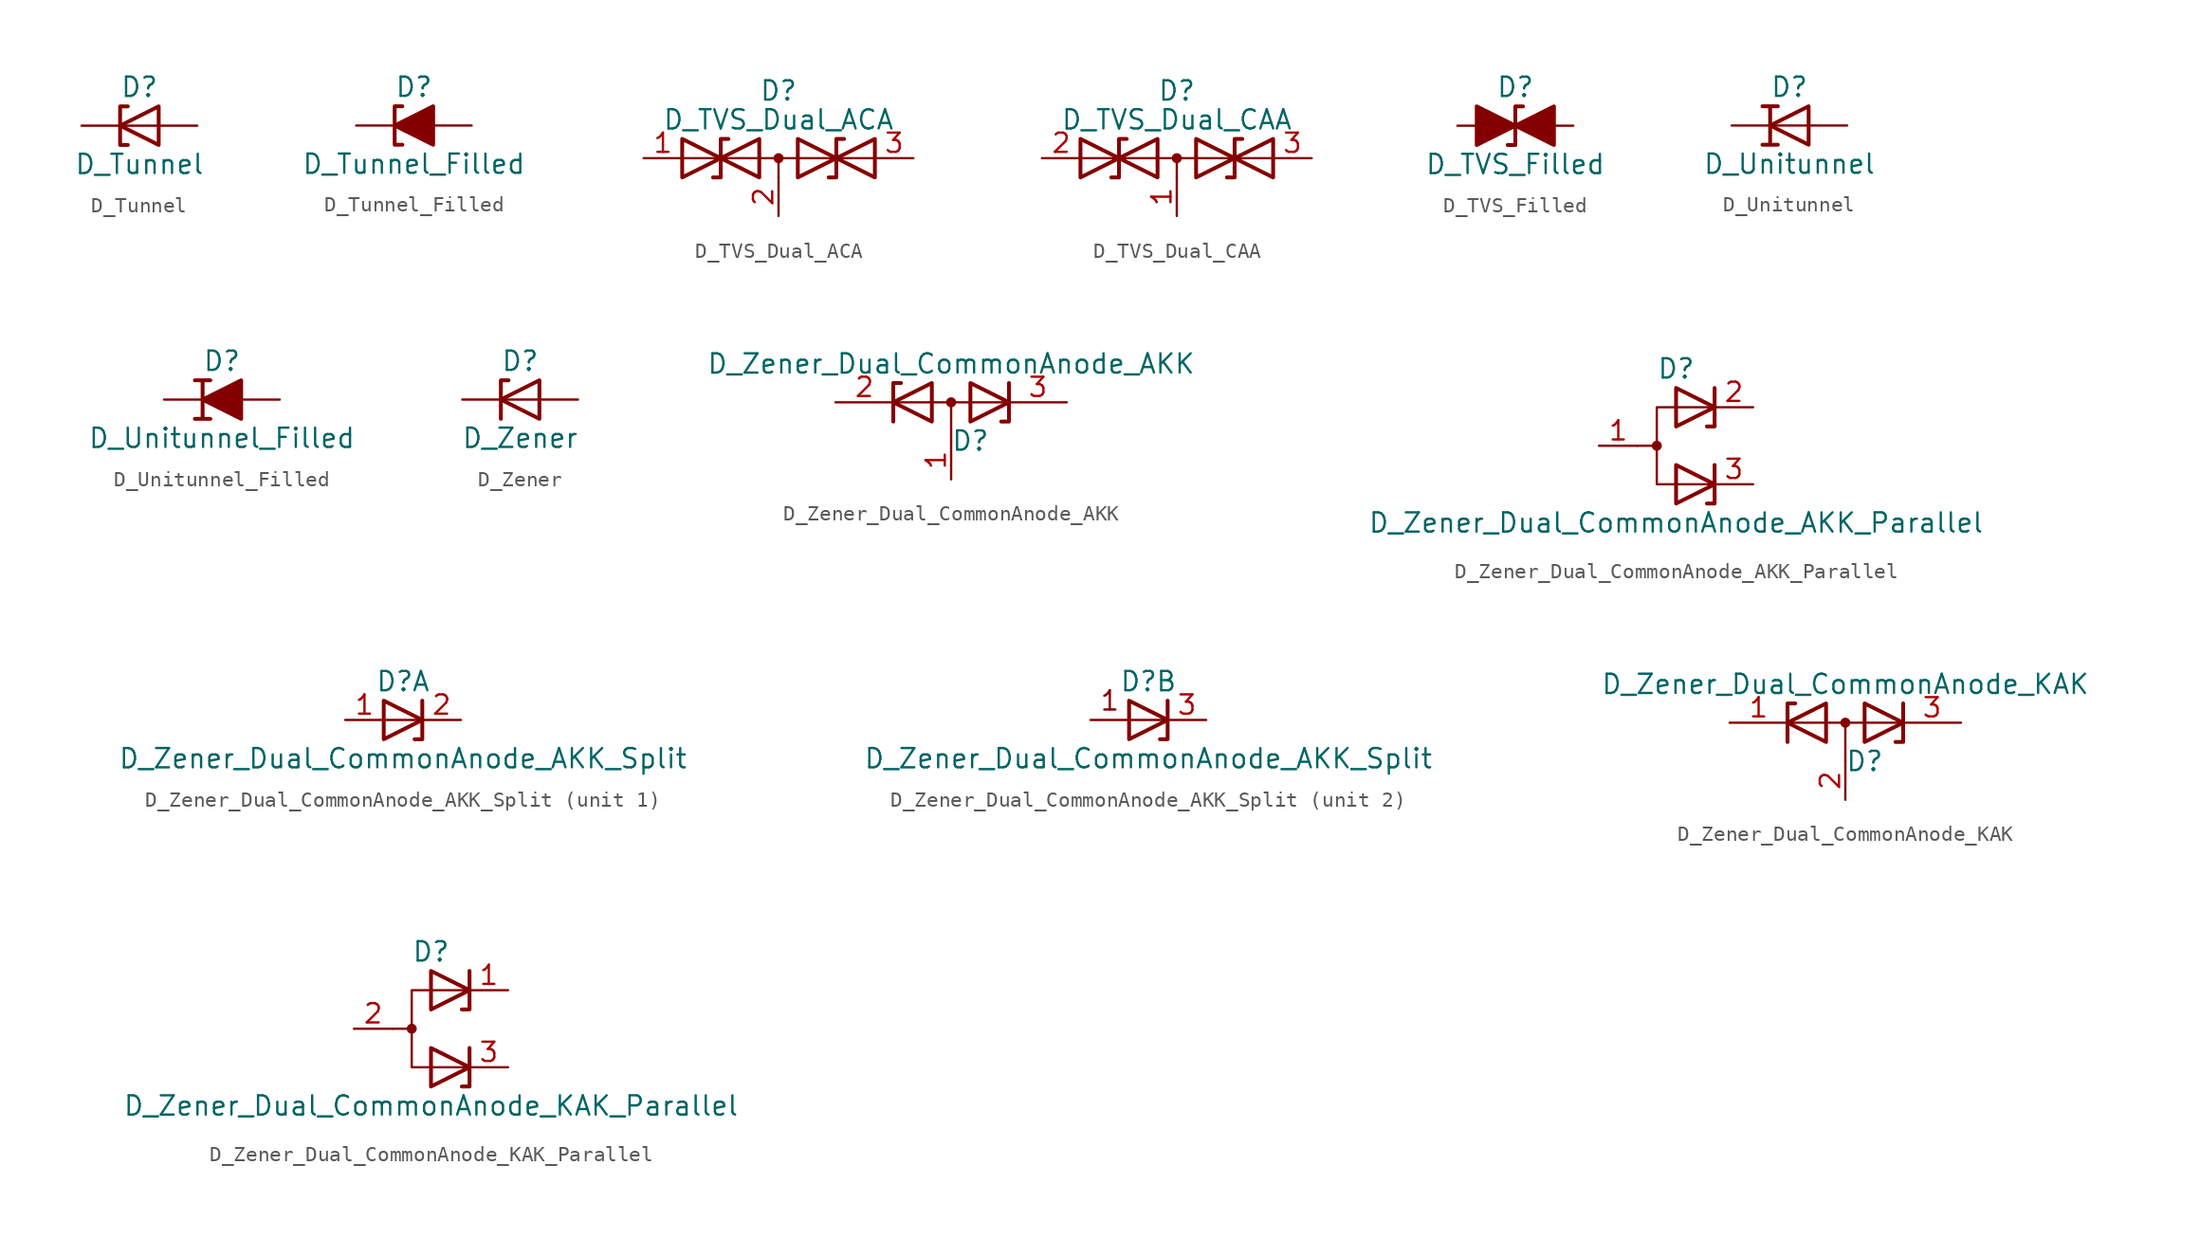
<source format=kicad_sym>
(kicad_symbol_lib
  (version 20241209)
  (generator "kicad_symbol_editor")
  (generator_version "9.0")
  (symbol "D_Tunnel"
    (pin_numbers
      (hide yes))
    (pin_names
      (offset 1.016)
      (hide yes))
    (property "Reference" "D"
      (at 0 2.54 0)
      (effects (font (size 1.27 1.27))))
    (property "Value" "D_Tunnel"
      (at 0 -2.54 0)
      (effects (font (size 1.27 1.27))))
    (symbol "D_Tunnel_0_1"
      (polyline (pts (xy -0.762 1.27) (xy -1.27 1.27) (xy -1.27 -1.27) (xy -0.762 -1.27)) (stroke (width 0.254) (type solid)) (fill (type none)))
      (polyline (pts (xy 1.27 0) (xy -1.27 0)) (stroke (width 0) (type solid)) (fill (type none)))
      (polyline (pts (xy 1.27 -1.27) (xy 1.27 1.27) (xy -1.27 0) (xy 1.27 -1.27)) (stroke (width 0.254) (type solid)) (fill (type none))))
    (symbol "D_Tunnel_1_1"
      (pin passive line (at -3.81 0 0) (length 2.54) (name "K" (effects (font (size 1.27 1.27)))) (number "1" (effects (font (size 1.27 1.27)))))
      (pin passive line (at 3.81 0 180) (length 2.54) (name "A" (effects (font (size 1.27 1.27)))) (number "2" (effects (font (size 1.27 1.27)))))))
  (symbol "D_Tunnel_Filled"
    (pin_numbers
      (hide yes))
    (pin_names
      (offset 1.016)
      (hide yes))
    (property "Reference" "D"
      (at 0 2.54 0)
      (effects (font (size 1.27 1.27))))
    (property "Value" "D_Tunnel_Filled"
      (at 0 -2.54 0)
      (effects (font (size 1.27 1.27))))
    (symbol "D_Tunnel_Filled_0_1"
      (polyline (pts (xy -0.762 1.27) (xy -1.27 1.27) (xy -1.27 -1.27) (xy -0.762 -1.27)) (stroke (width 0.254) (type solid)) (fill (type none)))
      (polyline (pts (xy 1.27 0) (xy -1.27 0)) (stroke (width 0) (type solid)) (fill (type none)))
      (polyline (pts (xy 1.27 -1.27) (xy 1.27 1.27) (xy -1.27 0) (xy 1.27 -1.27)) (stroke (width 0.254) (type solid)) (fill (type outline))))
    (symbol "D_Tunnel_Filled_1_1"
      (pin passive line (at -3.81 0 0) (length 2.54) (name "K" (effects (font (size 1.27 1.27)))) (number "1" (effects (font (size 1.27 1.27)))))
      (pin passive line (at 3.81 0 180) (length 2.54) (name "A" (effects (font (size 1.27 1.27)))) (number "2" (effects (font (size 1.27 1.27)))))))
  (symbol "D_TVS_Dual_ACA"
    (pin_names
      (offset 1.016)
      (hide yes))
    (property "Reference" "D"
      (at 0 4.445 0)
      (effects (font (size 1.27 1.27))))
    (property "Value" "D_TVS_Dual_ACA"
      (at 0 2.54 0)
      (effects (font (size 1.27 1.27))))
    (symbol "D_TVS_Dual_ACA_0_0"
      (polyline (pts (xy -6.35 -1.27) (xy -1.27 1.27) (xy -1.27 -1.27) (xy -6.35 1.27) (xy -6.35 -1.27)) (stroke (width 0.254) (type solid)) (fill (type none)))
      (polyline (pts (xy 1.27 1.27) (xy 1.27 -1.27) (xy 6.35 1.27) (xy 6.35 -1.27) (xy 1.27 1.27)) (stroke (width 0.254) (type solid)) (fill (type none))))
    (symbol "D_TVS_Dual_ACA_0_1"
      (polyline (pts (xy -6.35 0) (xy 6.35 0)) (stroke (width 0) (type solid)) (fill (type none)))
      (polyline (pts (xy -3.302 1.27) (xy -3.81 1.27) (xy -3.81 -1.27) (xy -4.318 -1.27)) (stroke (width 0.254) (type solid)) (fill (type none)))
      (polyline (pts (xy 0 0) (xy 0 -1.27)) (stroke (width 0) (type solid)) (fill (type none)))
      (circle (center 0 0) (radius 0.254) (stroke (width 0) (type solid)) (fill (type outline)))
      (polyline (pts (xy 4.318 1.27) (xy 3.81 1.27) (xy 3.81 -1.27) (xy 3.302 -1.27)) (stroke (width 0.254) (type solid)) (fill (type none))))
    (symbol "D_TVS_Dual_ACA_1_1"
      (pin passive line (at -8.89 0 0) (length 2.54) (name "A1" (effects (font (size 1.27 1.27)))) (number "1" (effects (font (size 1.27 1.27)))))
      (pin input line (at 0 -3.81 90) (length 2.54) (name "common" (effects (font (size 1.27 1.27)))) (number "2" (effects (font (size 1.27 1.27)))))
      (pin passive line (at 8.89 0 180) (length 2.54) (name "A2" (effects (font (size 1.27 1.27)))) (number "3" (effects (font (size 1.27 1.27)))))))
  (symbol "D_TVS_Dual_CAA"
    (pin_names
      (offset 1.016)
      (hide yes))
    (property "Reference" "D"
      (at 0 4.445 0)
      (effects (font (size 1.27 1.27))))
    (property "Value" "D_TVS_Dual_CAA"
      (at 0 2.54 0)
      (effects (font (size 1.27 1.27))))
    (symbol "D_TVS_Dual_CAA_0_1"
      (polyline (pts (xy -6.35 0) (xy 6.35 0)) (stroke (width 0) (type solid)) (fill (type none)))
      (polyline (pts (xy -6.35 -1.27) (xy -1.27 1.27) (xy -1.27 -1.27) (xy -6.35 1.27) (xy -6.35 -1.27)) (stroke (width 0.254) (type solid)) (fill (type none)))
      (polyline (pts (xy -3.302 1.27) (xy -3.81 1.27) (xy -3.81 -1.27) (xy -4.318 -1.27)) (stroke (width 0.254) (type solid)) (fill (type none)))
      (polyline (pts (xy 0 0) (xy 0 -1.27)) (stroke (width 0) (type solid)) (fill (type none)))
      (circle (center 0 0) (radius 0.254) (stroke (width 0) (type solid)) (fill (type outline)))
      (polyline (pts (xy 1.27 1.016) (xy 1.27 -1.27) (xy 6.35 1.27) (xy 6.35 -1.27) (xy 1.27 1.27) (xy 1.27 1.016)) (stroke (width 0.254) (type solid)) (fill (type none)))
      (polyline (pts (xy 4.318 1.27) (xy 3.81 1.27) (xy 3.81 -1.27) (xy 3.302 -1.27)) (stroke (width 0.254) (type solid)) (fill (type none))))
    (symbol "D_TVS_Dual_CAA_1_1"
      (pin passive line (at -8.89 0 0) (length 2.54) (name "A1" (effects (font (size 1.27 1.27)))) (number "2" (effects (font (size 1.27 1.27)))))
      (pin input line (at 0 -3.81 90) (length 2.54) (name "common" (effects (font (size 1.27 1.27)))) (number "1" (effects (font (size 1.27 1.27)))))
      (pin passive line (at 8.89 0 180) (length 2.54) (name "A2" (effects (font (size 1.27 1.27)))) (number "3" (effects (font (size 1.27 1.27)))))))
  (symbol "D_TVS_Filled"
    (pin_numbers
      (hide yes))
    (pin_names
      (offset 1.016)
      (hide yes))
    (property "Reference" "D"
      (at 0 2.54 0)
      (effects (font (size 1.27 1.27))))
    (property "Value" "D_TVS_Filled"
      (at 0 -2.54 0)
      (effects (font (size 1.27 1.27))))
    (symbol "D_TVS_Filled_0_1"
      (polyline (pts (xy -2.54 -1.27) (xy 0 0) (xy -2.54 1.27) (xy -2.54 -1.27)) (stroke (width 0.254) (type solid)) (fill (type outline)))
      (polyline (pts (xy 0.508 1.27) (xy 0 1.27) (xy 0 -1.27) (xy -0.508 -1.27)) (stroke (width 0.254) (type solid)) (fill (type none)))
      (polyline (pts (xy 1.27 0) (xy -1.27 0)) (stroke (width 0) (type solid)) (fill (type none)))
      (polyline (pts (xy 2.54 1.27) (xy 2.54 -1.27) (xy 0 0) (xy 2.54 1.27)) (stroke (width 0.254) (type solid)) (fill (type outline))))
    (symbol "D_TVS_Filled_1_1"
      (pin passive line (at -3.81 0 0) (length 2.54) (name "A1" (effects (font (size 1.27 1.27)))) (number "1" (effects (font (size 1.27 1.27)))))
      (pin passive line (at 3.81 0 180) (length 2.54) (name "A2" (effects (font (size 1.27 1.27)))) (number "2" (effects (font (size 1.27 1.27)))))))
  (symbol "D_Unitunnel"
    (pin_numbers
      (hide yes))
    (pin_names
      (offset 1.016)
      (hide yes))
    (property "Reference" "D"
      (at 0 2.54 0)
      (effects (font (size 1.27 1.27))))
    (property "Value" "D_Unitunnel"
      (at 0 -2.54 0)
      (effects (font (size 1.27 1.27))))
    (symbol "D_Unitunnel_0_1"
      (polyline (pts (xy -1.778 -1.27) (xy -0.762 -1.27) (xy -1.27 -1.27) (xy -1.27 1.27) (xy -0.762 1.27) (xy -1.778 1.27)) (stroke (width 0.254) (type solid)) (fill (type none)))
      (polyline (pts (xy 1.27 0) (xy -1.27 0)) (stroke (width 0) (type solid)) (fill (type none)))
      (polyline (pts (xy 1.27 -1.27) (xy 1.27 1.27) (xy -1.27 0) (xy 1.27 -1.27)) (stroke (width 0.254) (type solid)) (fill (type none))))
    (symbol "D_Unitunnel_1_1"
      (pin passive line (at -3.81 0 0) (length 2.54) (name "K" (effects (font (size 1.27 1.27)))) (number "1" (effects (font (size 1.27 1.27)))))
      (pin passive line (at 3.81 0 180) (length 2.54) (name "A" (effects (font (size 1.27 1.27)))) (number "2" (effects (font (size 1.27 1.27)))))))
  (symbol "D_Unitunnel_Filled"
    (pin_numbers
      (hide yes))
    (pin_names
      (offset 1.016)
      (hide yes))
    (property "Reference" "D"
      (at 0 2.54 0)
      (effects (font (size 1.27 1.27))))
    (property "Value" "D_Unitunnel_Filled"
      (at 0 -2.54 0)
      (effects (font (size 1.27 1.27))))
    (symbol "D_Unitunnel_Filled_0_1"
      (polyline (pts (xy -1.778 -1.27) (xy -0.762 -1.27) (xy -1.27 -1.27) (xy -1.27 1.27) (xy -0.762 1.27) (xy -1.778 1.27)) (stroke (width 0.254) (type solid)) (fill (type none)))
      (polyline (pts (xy 1.27 0) (xy -1.27 0)) (stroke (width 0) (type solid)) (fill (type none)))
      (polyline (pts (xy 1.27 -1.27) (xy 1.27 1.27) (xy -1.27 0) (xy 1.27 -1.27)) (stroke (width 0.254) (type solid)) (fill (type outline))))
    (symbol "D_Unitunnel_Filled_1_1"
      (pin passive line (at -3.81 0 0) (length 2.54) (name "K" (effects (font (size 1.27 1.27)))) (number "1" (effects (font (size 1.27 1.27)))))
      (pin passive line (at 3.81 0 180) (length 2.54) (name "A" (effects (font (size 1.27 1.27)))) (number "2" (effects (font (size 1.27 1.27)))))))
  (symbol "D_Zener"
    (pin_numbers
      (hide yes))
    (pin_names
      (offset 1.016)
      (hide yes))
    (property "Reference" "D"
      (at 0 2.54 0)
      (effects (font (size 1.27 1.27))))
    (property "Value" "D_Zener"
      (at 0 -2.54 0)
      (effects (font (size 1.27 1.27))))
    (symbol "D_Zener_0_1"
      (polyline (pts (xy -1.27 -1.27) (xy -1.27 1.27) (xy -0.762 1.27)) (stroke (width 0.254) (type solid)) (fill (type none)))
      (polyline (pts (xy 1.27 0) (xy -1.27 0)) (stroke (width 0) (type solid)) (fill (type none)))
      (polyline (pts (xy 1.27 -1.27) (xy 1.27 1.27) (xy -1.27 0) (xy 1.27 -1.27)) (stroke (width 0.254) (type solid)) (fill (type none))))
    (symbol "D_Zener_1_1"
      (pin passive line (at -3.81 0 0) (length 2.54) (name "K" (effects (font (size 1.27 1.27)))) (number "1" (effects (font (size 1.27 1.27)))))
      (pin passive line (at 3.81 0 180) (length 2.54) (name "A" (effects (font (size 1.27 1.27)))) (number "2" (effects (font (size 1.27 1.27)))))))
  (symbol "D_Zener_Dual_CommonAnode_AKK"
    (pin_names
      (offset 0.762)
      (hide yes))
    (property "Reference" "D"
      (at 1.27 -2.54 0)
      (effects (font (size 1.27 1.27))))
    (property "Value" "D_Zener_Dual_CommonAnode_AKK"
      (at 0 2.54 0)
      (effects (font (size 1.27 1.27))))
    (symbol "D_Zener_Dual_CommonAnode_AKK_0_1"
      (polyline (pts (xy -3.81 -1.27) (xy -3.81 1.27) (xy -3.302 1.27)) (stroke (width 0.254) (type solid)) (fill (type none)))
      (polyline (pts (xy -3.556 0) (xy 3.81 0)) (stroke (width 0) (type solid)) (fill (type none)))
      (polyline (pts (xy -1.27 -1.27) (xy -3.81 0) (xy -1.27 1.27) (xy -1.27 -1.27) (xy -1.27 -1.27) (xy -1.27 -1.27)) (stroke (width 0.254) (type solid)) (fill (type none)))
      (polyline (pts (xy 0 0) (xy 0 -2.54)) (stroke (width 0) (type solid)) (fill (type none)))
      (circle (center 0 0) (radius 0.254) (stroke (width 0) (type solid)) (fill (type outline)))
      (polyline (pts (xy 1.27 1.27) (xy 3.81 0) (xy 1.27 -1.27) (xy 1.27 1.27) (xy 1.27 1.27) (xy 1.27 1.27)) (stroke (width 0.254) (type solid)) (fill (type none)))
      (polyline (pts (xy 3.81 1.27) (xy 3.81 -1.27) (xy 3.302 -1.27)) (stroke (width 0.254) (type solid)) (fill (type none)))
      (pin passive line (at -7.62 0 0) (length 3.81) (name "K" (effects (font (size 1.27 1.27)))) (number "2" (effects (font (size 1.27 1.27)))))
      (pin passive line (at 0 -5.08 90) (length 2.54) (name "A" (effects (font (size 1.27 1.27)))) (number "1" (effects (font (size 1.27 1.27)))))
      (pin passive line (at 7.62 0 180) (length 3.81) (name "K" (effects (font (size 1.27 1.27)))) (number "3" (effects (font (size 1.27 1.27)))))))
  (symbol "D_Zener_Dual_CommonAnode_AKK_Parallel"
    (pin_names
      (offset 0.762)
      (hide yes))
    (property "Reference" "D"
      (at 0 5.08 0)
      (effects (font (size 1.27 1.27))))
    (property "Value" "D_Zener_Dual_CommonAnode_AKK_Parallel"
      (at 0 -5.08 0)
      (effects (font (size 1.27 1.27))))
    (symbol "D_Zener_Dual_CommonAnode_AKK_Parallel_0_0"
      (polyline (pts (xy 2.032 1.27) (xy 2.54 1.27) (xy 2.54 3.81)) (stroke (width 0.254) (type solid)) (fill (type none)))
      (polyline (pts (xy 2.54 -1.27) (xy 2.54 -3.81) (xy 2.032 -3.81)) (stroke (width 0.254) (type solid)) (fill (type none))))
    (symbol "D_Zener_Dual_CommonAnode_AKK_Parallel_0_1"
      (circle (center -1.27 0) (radius 0.254) (stroke (width 0) (type solid)) (fill (type outline)))
      (polyline (pts (xy -1.27 0) (xy -2.54 0)) (stroke (width 0) (type solid)) (fill (type none)))
      (polyline (pts (xy 0 3.81) (xy 2.54 2.54) (xy 0 1.27) (xy 0 3.81) (xy 0 3.81) (xy 0 3.81)) (stroke (width 0.254) (type solid)) (fill (type none)))
      (polyline (pts (xy 0 -1.27) (xy 2.54 -2.54) (xy 0 -3.81) (xy 0 -1.27) (xy 0 -1.27) (xy 0 -1.27)) (stroke (width 0.254) (type solid)) (fill (type none)))
      (polyline (pts (xy 2.54 2.54) (xy -1.27 2.54) (xy -1.27 -2.54) (xy 2.54 -2.54)) (stroke (width 0) (type solid)) (fill (type none)))
      (pin passive line (at -5.08 0 0) (length 2.54) (name "A" (effects (font (size 1.27 1.27)))) (number "1" (effects (font (size 1.27 1.27)))))
      (pin passive line (at 5.08 2.54 180) (length 2.54) (name "K" (effects (font (size 1.27 1.27)))) (number "2" (effects (font (size 1.27 1.27)))))
      (pin passive line (at 5.08 -2.54 180) (length 2.54) (name "K" (effects (font (size 1.27 1.27)))) (number "3" (effects (font (size 1.27 1.27)))))))
  (symbol "D_Zener_Dual_CommonAnode_AKK_Split"
    (pin_names
      (offset 0.762)
      (hide yes))
    (property "Reference" "D"
      (at 0 2.54 0)
      (effects (font (size 1.27 1.27))))
    (property "Value" "D_Zener_Dual_CommonAnode_AKK_Split"
      (at 0 -2.54 0)
      (effects (font (size 1.27 1.27))))
    (property "ki_locked" ""
      (at 0 0 0)
      (effects (font (size 1.27 1.27))))
    (symbol "D_Zener_Dual_CommonAnode_AKK_Split_0_0"
      (polyline (pts (xy 1.27 1.27) (xy 1.27 -1.27) (xy 0.762 -1.27)) (stroke (width 0.254) (type solid)) (fill (type none))))
    (symbol "D_Zener_Dual_CommonAnode_AKK_Split_0_1"
      (polyline (pts (xy -1.27 1.27) (xy 1.27 0) (xy -1.27 -1.27) (xy -1.27 1.27) (xy -1.27 1.27) (xy -1.27 1.27)) (stroke (width 0.254) (type solid)) (fill (type none))))
    (symbol "D_Zener_Dual_CommonAnode_AKK_Split_1_1"
      (polyline (pts (xy 1.27 0) (xy -1.27 0)) (stroke (width 0) (type solid)) (fill (type none)))
      (pin passive line (at -3.81 0 0) (length 2.54) (name "A" (effects (font (size 1.27 1.27)))) (number "1" (effects (font (size 1.27 1.27)))))
      (pin passive line (at 3.81 0 180) (length 2.54) (name "K" (effects (font (size 1.27 1.27)))) (number "2" (effects (font (size 1.27 1.27))))))
    (symbol "D_Zener_Dual_CommonAnode_AKK_Split_2_0"
      (polyline (pts (xy 1.27 0) (xy -3.81 0)) (stroke (width 0) (type solid)) (fill (type none)))
      (text "1" (at -2.54 1.27 0) (effects (font (size 1.27 1.27)))))
    (symbol "D_Zener_Dual_CommonAnode_AKK_Split_2_1"
      (pin passive line (at 3.81 0 180) (length 2.54) (name "K" (effects (font (size 1.27 1.27)))) (number "3" (effects (font (size 1.27 1.27)))))))
  (symbol "D_Zener_Dual_CommonAnode_KAK"
    (pin_names
      (offset 0.762)
      (hide yes))
    (property "Reference" "D"
      (at 1.27 -2.54 0)
      (effects (font (size 1.27 1.27))))
    (property "Value" "D_Zener_Dual_CommonAnode_KAK"
      (at 0 2.54 0)
      (effects (font (size 1.27 1.27))))
    (symbol "D_Zener_Dual_CommonAnode_KAK_0_1"
      (polyline (pts (xy -3.81 -1.27) (xy -3.81 1.27) (xy -3.302 1.27)) (stroke (width 0.254) (type solid)) (fill (type none)))
      (polyline (pts (xy -3.556 0) (xy 3.81 0)) (stroke (width 0) (type solid)) (fill (type none)))
      (polyline (pts (xy -1.27 -1.27) (xy -3.81 0) (xy -1.27 1.27) (xy -1.27 -1.27) (xy -1.27 -1.27) (xy -1.27 -1.27)) (stroke (width 0.254) (type solid)) (fill (type none)))
      (polyline (pts (xy 0 0) (xy 0 -2.54)) (stroke (width 0) (type solid)) (fill (type none)))
      (circle (center 0 0) (radius 0.254) (stroke (width 0) (type solid)) (fill (type outline)))
      (polyline (pts (xy 1.27 1.27) (xy 3.81 0) (xy 1.27 -1.27) (xy 1.27 1.27) (xy 1.27 1.27) (xy 1.27 1.27)) (stroke (width 0.254) (type solid)) (fill (type none)))
      (polyline (pts (xy 3.302 -1.27) (xy 3.81 -1.27) (xy 3.81 1.27)) (stroke (width 0.254) (type solid)) (fill (type none)))
      (pin passive line (at -7.62 0 0) (length 3.81) (name "K" (effects (font (size 1.27 1.27)))) (number "1" (effects (font (size 1.27 1.27)))))
      (pin passive line (at 0 -5.08 90) (length 2.54) (name "A" (effects (font (size 1.27 1.27)))) (number "2" (effects (font (size 1.27 1.27)))))
      (pin passive line (at 7.62 0 180) (length 3.81) (name "K" (effects (font (size 1.27 1.27)))) (number "3" (effects (font (size 1.27 1.27)))))))
  (symbol "D_Zener_Dual_CommonAnode_KAK_Parallel"
    (pin_names
      (offset 0.762)
      (hide yes))
    (property "Reference" "D"
      (at 0 5.08 0)
      (effects (font (size 1.27 1.27))))
    (property "Value" "D_Zener_Dual_CommonAnode_KAK_Parallel"
      (at 0 -5.08 0)
      (effects (font (size 1.27 1.27))))
    (symbol "D_Zener_Dual_CommonAnode_KAK_Parallel_0_0"
      (polyline (pts (xy 2.032 1.27) (xy 2.54 1.27) (xy 2.54 3.81)) (stroke (width 0.254) (type solid)) (fill (type none)))
      (polyline (pts (xy 2.54 -1.27) (xy 2.54 -3.81) (xy 2.032 -3.81)) (stroke (width 0.254) (type solid)) (fill (type none))))
    (symbol "D_Zener_Dual_CommonAnode_KAK_Parallel_0_1"
      (circle (center -1.27 0) (radius 0.254) (stroke (width 0) (type solid)) (fill (type outline)))
      (polyline (pts (xy -1.27 0) (xy -2.54 0)) (stroke (width 0) (type solid)) (fill (type none)))
      (polyline (pts (xy 0 3.81) (xy 2.54 2.54) (xy 0 1.27) (xy 0 3.81) (xy 0 3.81) (xy 0 3.81)) (stroke (width 0.254) (type solid)) (fill (type none)))
      (polyline (pts (xy 0 -1.27) (xy 2.54 -2.54) (xy 0 -3.81) (xy 0 -1.27) (xy 0 -1.27) (xy 0 -1.27)) (stroke (width 0.254) (type solid)) (fill (type none)))
      (polyline (pts (xy 2.54 2.54) (xy -1.27 2.54) (xy -1.27 -2.54) (xy 2.54 -2.54)) (stroke (width 0) (type solid)) (fill (type none)))
      (pin passive line (at -5.08 0 0) (length 2.54) (name "A" (effects (font (size 1.27 1.27)))) (number "2" (effects (font (size 1.27 1.27)))))
      (pin passive line (at 5.08 2.54 180) (length 2.54) (name "K" (effects (font (size 1.27 1.27)))) (number "1" (effects (font (size 1.27 1.27)))))
      (pin passive line (at 5.08 -2.54 180) (length 2.54) (name "K" (effects (font (size 1.27 1.27)))) (number "3" (effects (font (size 1.27 1.27))))))))
</source>
